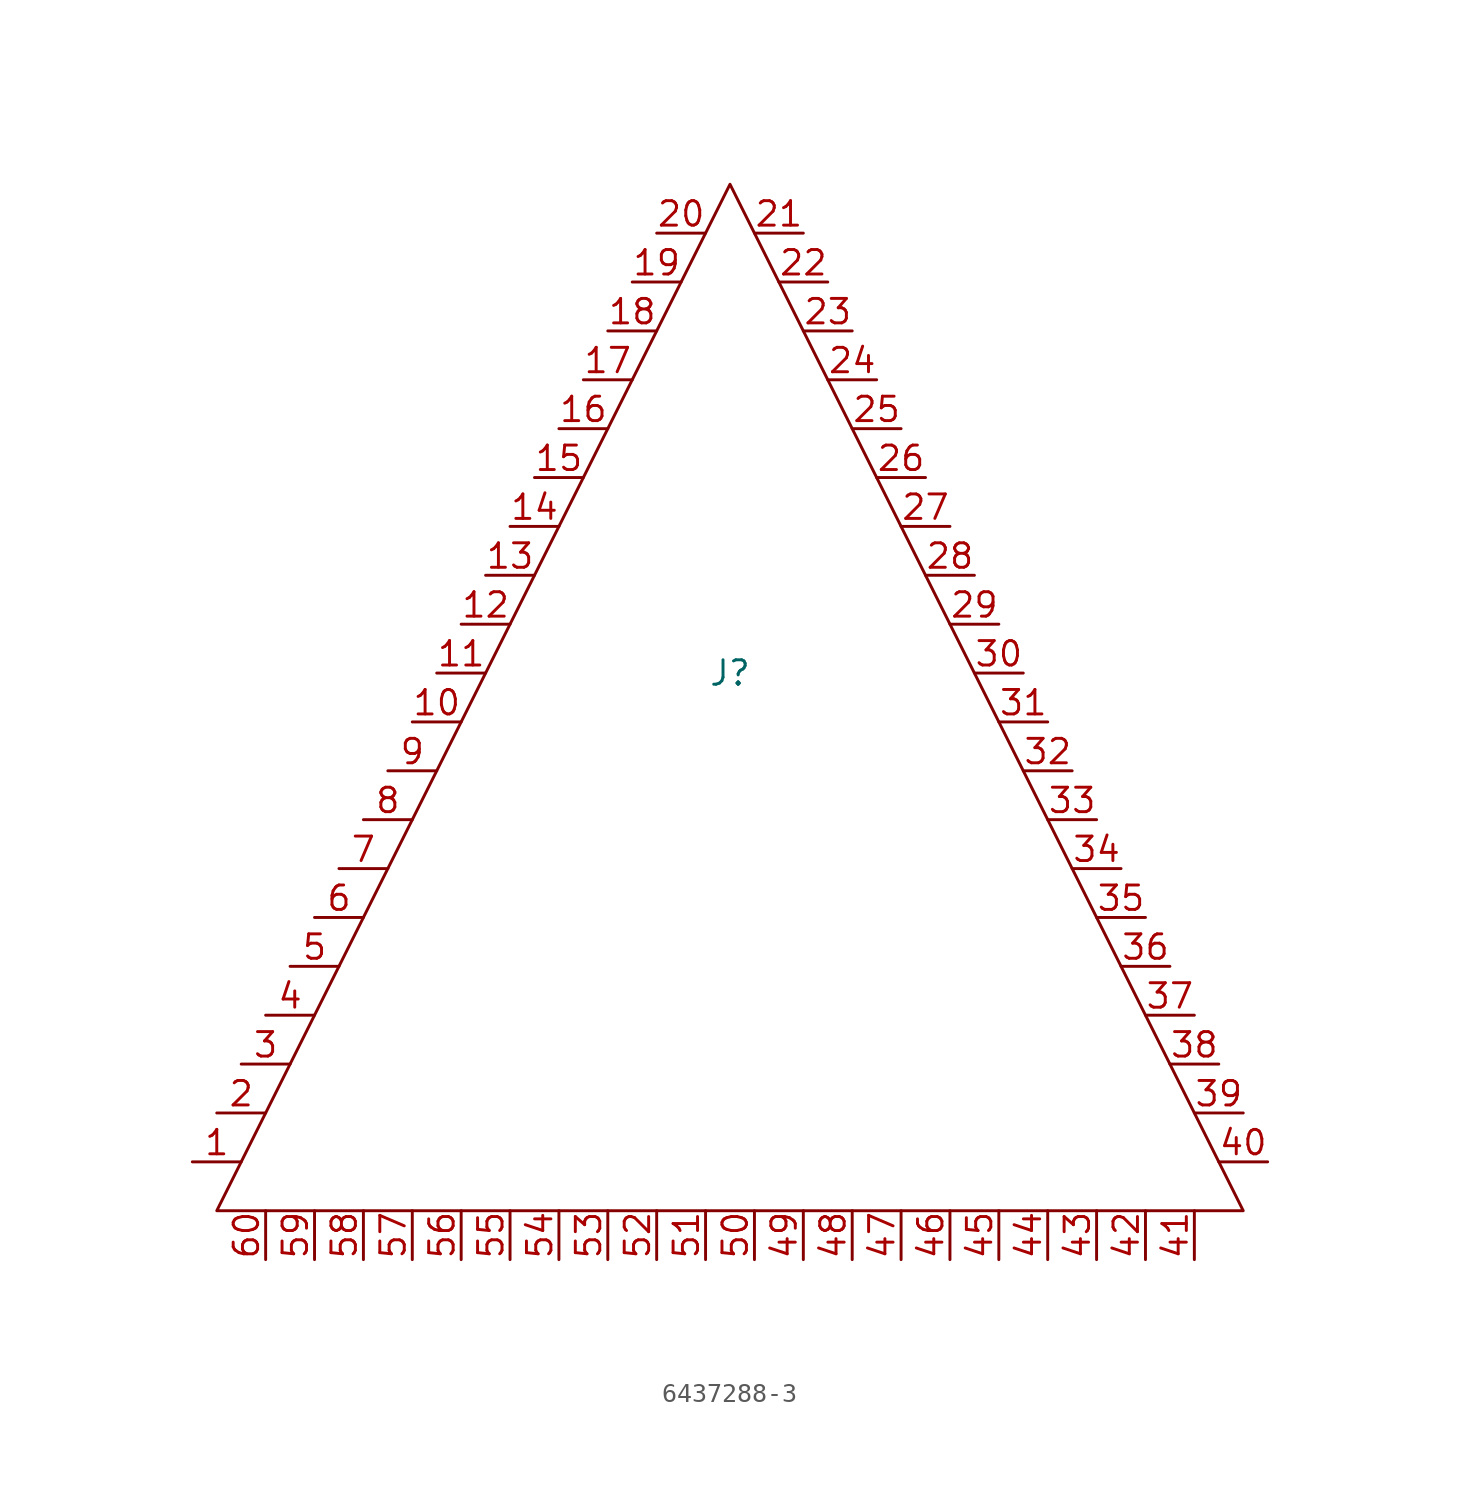
<source format=kicad_sym>
(kicad_symbol_lib
  (version 20231120)
  (generator "kicad_symbol_editor")
  (generator_version "8.0")
  (symbol "6437288-3"
    (property "Reference" "J"
      (at 0 0 0)
      (effects (font (size 1.27 1.27))))
    (property "Value" ""
      (at 0 0 0)
      (effects (font (size 1.27 1.27))))
    (symbol "6437288-3_0_1"
      (polyline (pts (xy -26.67 -27.94) (xy 0 25.4) (xy 26.67 -27.94) (xy -26.67 -27.94)) (stroke (width 0) (type solid)) (fill (type none))))
    (symbol "6437288-3_1_1"
      (pin passive line (at -27.94 -25.4 0) (length 2.54) (name "~" (effects (font (size 1.27 1.27)))) (number "1" (effects (font (size 1.27 1.27)))))
      (pin passive line (at -16.51 -2.54 0) (length 2.54) (name "~" (effects (font (size 1.27 1.27)))) (number "10" (effects (font (size 1.27 1.27)))))
      (pin passive line (at -15.24 0 0) (length 2.54) (name "~" (effects (font (size 1.27 1.27)))) (number "11" (effects (font (size 1.27 1.27)))))
      (pin passive line (at -13.97 2.54 0) (length 2.54) (name "~" (effects (font (size 1.27 1.27)))) (number "12" (effects (font (size 1.27 1.27)))))
      (pin passive line (at -12.7 5.08 0) (length 2.54) (name "~" (effects (font (size 1.27 1.27)))) (number "13" (effects (font (size 1.27 1.27)))))
      (pin passive line (at -11.43 7.62 0) (length 2.54) (name "~" (effects (font (size 1.27 1.27)))) (number "14" (effects (font (size 1.27 1.27)))))
      (pin passive line (at -10.16 10.16 0) (length 2.54) (name "~" (effects (font (size 1.27 1.27)))) (number "15" (effects (font (size 1.27 1.27)))))
      (pin passive line (at -8.89 12.7 0) (length 2.54) (name "~" (effects (font (size 1.27 1.27)))) (number "16" (effects (font (size 1.27 1.27)))))
      (pin passive line (at -7.62 15.24 0) (length 2.54) (name "~" (effects (font (size 1.27 1.27)))) (number "17" (effects (font (size 1.27 1.27)))))
      (pin passive line (at -6.35 17.78 0) (length 2.54) (name "~" (effects (font (size 1.27 1.27)))) (number "18" (effects (font (size 1.27 1.27)))))
      (pin passive line (at -5.08 20.32 0) (length 2.54) (name "~" (effects (font (size 1.27 1.27)))) (number "19" (effects (font (size 1.27 1.27)))))
      (pin passive line (at -26.67 -22.86 0) (length 2.54) (name "~" (effects (font (size 1.27 1.27)))) (number "2" (effects (font (size 1.27 1.27)))))
      (pin passive line (at -3.81 22.86 0) (length 2.54) (name "~" (effects (font (size 1.27 1.27)))) (number "20" (effects (font (size 1.27 1.27)))))
      (pin passive line (at 3.81 22.86 180) (length 2.54) (name "~" (effects (font (size 1.27 1.27)))) (number "21" (effects (font (size 1.27 1.27)))))
      (pin passive line (at 5.08 20.32 180) (length 2.54) (name "~" (effects (font (size 1.27 1.27)))) (number "22" (effects (font (size 1.27 1.27)))))
      (pin passive line (at 6.35 17.78 180) (length 2.54) (name "~" (effects (font (size 1.27 1.27)))) (number "23" (effects (font (size 1.27 1.27)))))
      (pin passive line (at 7.62 15.24 180) (length 2.54) (name "~" (effects (font (size 1.27 1.27)))) (number "24" (effects (font (size 1.27 1.27)))))
      (pin passive line (at 8.89 12.7 180) (length 2.54) (name "~" (effects (font (size 1.27 1.27)))) (number "25" (effects (font (size 1.27 1.27)))))
      (pin passive line (at 10.16 10.16 180) (length 2.54) (name "~" (effects (font (size 1.27 1.27)))) (number "26" (effects (font (size 1.27 1.27)))))
      (pin passive line (at 11.43 7.62 180) (length 2.54) (name "~" (effects (font (size 1.27 1.27)))) (number "27" (effects (font (size 1.27 1.27)))))
      (pin passive line (at 12.7 5.08 180) (length 2.54) (name "~" (effects (font (size 1.27 1.27)))) (number "28" (effects (font (size 1.27 1.27)))))
      (pin passive line (at 13.97 2.54 180) (length 2.54) (name "~" (effects (font (size 1.27 1.27)))) (number "29" (effects (font (size 1.27 1.27)))))
      (pin passive line (at -25.4 -20.32 0) (length 2.54) (name "~" (effects (font (size 1.27 1.27)))) (number "3" (effects (font (size 1.27 1.27)))))
      (pin passive line (at 15.24 0 180) (length 2.54) (name "~" (effects (font (size 1.27 1.27)))) (number "30" (effects (font (size 1.27 1.27)))))
      (pin passive line (at 16.51 -2.54 180) (length 2.54) (name "~" (effects (font (size 1.27 1.27)))) (number "31" (effects (font (size 1.27 1.27)))))
      (pin passive line (at 17.78 -5.08 180) (length 2.54) (name "~" (effects (font (size 1.27 1.27)))) (number "32" (effects (font (size 1.27 1.27)))))
      (pin passive line (at 19.05 -7.62 180) (length 2.54) (name "~" (effects (font (size 1.27 1.27)))) (number "33" (effects (font (size 1.27 1.27)))))
      (pin passive line (at 20.32 -10.16 180) (length 2.54) (name "~" (effects (font (size 1.27 1.27)))) (number "34" (effects (font (size 1.27 1.27)))))
      (pin passive line (at 21.59 -12.7 180) (length 2.54) (name "~" (effects (font (size 1.27 1.27)))) (number "35" (effects (font (size 1.27 1.27)))))
      (pin passive line (at 22.86 -15.24 180) (length 2.54) (name "~" (effects (font (size 1.27 1.27)))) (number "36" (effects (font (size 1.27 1.27)))))
      (pin passive line (at 24.13 -17.78 180) (length 2.54) (name "~" (effects (font (size 1.27 1.27)))) (number "37" (effects (font (size 1.27 1.27)))))
      (pin passive line (at 25.4 -20.32 180) (length 2.54) (name "~" (effects (font (size 1.27 1.27)))) (number "38" (effects (font (size 1.27 1.27)))))
      (pin passive line (at 26.67 -22.86 180) (length 2.54) (name "~" (effects (font (size 1.27 1.27)))) (number "39" (effects (font (size 1.27 1.27)))))
      (pin passive line (at -24.13 -17.78 0) (length 2.54) (name "~" (effects (font (size 1.27 1.27)))) (number "4" (effects (font (size 1.27 1.27)))))
      (pin passive line (at 27.94 -25.4 180) (length 2.54) (name "~" (effects (font (size 1.27 1.27)))) (number "40" (effects (font (size 1.27 1.27)))))
      (pin passive line (at 24.13 -30.48 90) (length 2.54) (name "~" (effects (font (size 1.27 1.27)))) (number "41" (effects (font (size 1.27 1.27)))))
      (pin passive line (at 21.59 -30.48 90) (length 2.54) (name "~" (effects (font (size 1.27 1.27)))) (number "42" (effects (font (size 1.27 1.27)))))
      (pin passive line (at 19.05 -30.48 90) (length 2.54) (name "~" (effects (font (size 1.27 1.27)))) (number "43" (effects (font (size 1.27 1.27)))))
      (pin passive line (at 16.51 -30.48 90) (length 2.54) (name "~" (effects (font (size 1.27 1.27)))) (number "44" (effects (font (size 1.27 1.27)))))
      (pin passive line (at 13.97 -30.48 90) (length 2.54) (name "~" (effects (font (size 1.27 1.27)))) (number "45" (effects (font (size 1.27 1.27)))))
      (pin passive line (at 11.43 -30.48 90) (length 2.54) (name "~" (effects (font (size 1.27 1.27)))) (number "46" (effects (font (size 1.27 1.27)))))
      (pin passive line (at 8.89 -30.48 90) (length 2.54) (name "~" (effects (font (size 1.27 1.27)))) (number "47" (effects (font (size 1.27 1.27)))))
      (pin passive line (at 6.35 -30.48 90) (length 2.54) (name "~" (effects (font (size 1.27 1.27)))) (number "48" (effects (font (size 1.27 1.27)))))
      (pin passive line (at 3.81 -30.48 90) (length 2.54) (name "~" (effects (font (size 1.27 1.27)))) (number "49" (effects (font (size 1.27 1.27)))))
      (pin passive line (at -22.86 -15.24 0) (length 2.54) (name "~" (effects (font (size 1.27 1.27)))) (number "5" (effects (font (size 1.27 1.27)))))
      (pin passive line (at 1.27 -30.48 90) (length 2.54) (name "~" (effects (font (size 1.27 1.27)))) (number "50" (effects (font (size 1.27 1.27)))))
      (pin passive line (at -1.27 -30.48 90) (length 2.54) (name "~" (effects (font (size 1.27 1.27)))) (number "51" (effects (font (size 1.27 1.27)))))
      (pin passive line (at -3.81 -30.48 90) (length 2.54) (name "~" (effects (font (size 1.27 1.27)))) (number "52" (effects (font (size 1.27 1.27)))))
      (pin passive line (at -6.35 -30.48 90) (length 2.54) (name "~" (effects (font (size 1.27 1.27)))) (number "53" (effects (font (size 1.27 1.27)))))
      (pin passive line (at -8.89 -30.48 90) (length 2.54) (name "~" (effects (font (size 1.27 1.27)))) (number "54" (effects (font (size 1.27 1.27)))))
      (pin passive line (at -11.43 -30.48 90) (length 2.54) (name "~" (effects (font (size 1.27 1.27)))) (number "55" (effects (font (size 1.27 1.27)))))
      (pin passive line (at -13.97 -30.48 90) (length 2.54) (name "~" (effects (font (size 1.27 1.27)))) (number "56" (effects (font (size 1.27 1.27)))))
      (pin passive line (at -16.51 -30.48 90) (length 2.54) (name "~" (effects (font (size 1.27 1.27)))) (number "57" (effects (font (size 1.27 1.27)))))
      (pin passive line (at -19.05 -30.48 90) (length 2.54) (name "~" (effects (font (size 1.27 1.27)))) (number "58" (effects (font (size 1.27 1.27)))))
      (pin passive line (at -21.59 -30.48 90) (length 2.54) (name "~" (effects (font (size 1.27 1.27)))) (number "59" (effects (font (size 1.27 1.27)))))
      (pin passive line (at -21.59 -12.7 0) (length 2.54) (name "~" (effects (font (size 1.27 1.27)))) (number "6" (effects (font (size 1.27 1.27)))))
      (pin passive line (at -24.13 -30.48 90) (length 2.54) (name "~" (effects (font (size 1.27 1.27)))) (number "60" (effects (font (size 1.27 1.27)))))
      (pin passive line (at -20.32 -10.16 0) (length 2.54) (name "~" (effects (font (size 1.27 1.27)))) (number "7" (effects (font (size 1.27 1.27)))))
      (pin passive line (at -19.05 -7.62 0) (length 2.54) (name "~" (effects (font (size 1.27 1.27)))) (number "8" (effects (font (size 1.27 1.27)))))
      (pin passive line (at -17.78 -5.08 0) (length 2.54) (name "~" (effects (font (size 1.27 1.27)))) (number "9" (effects (font (size 1.27 1.27))))))))
</source>
